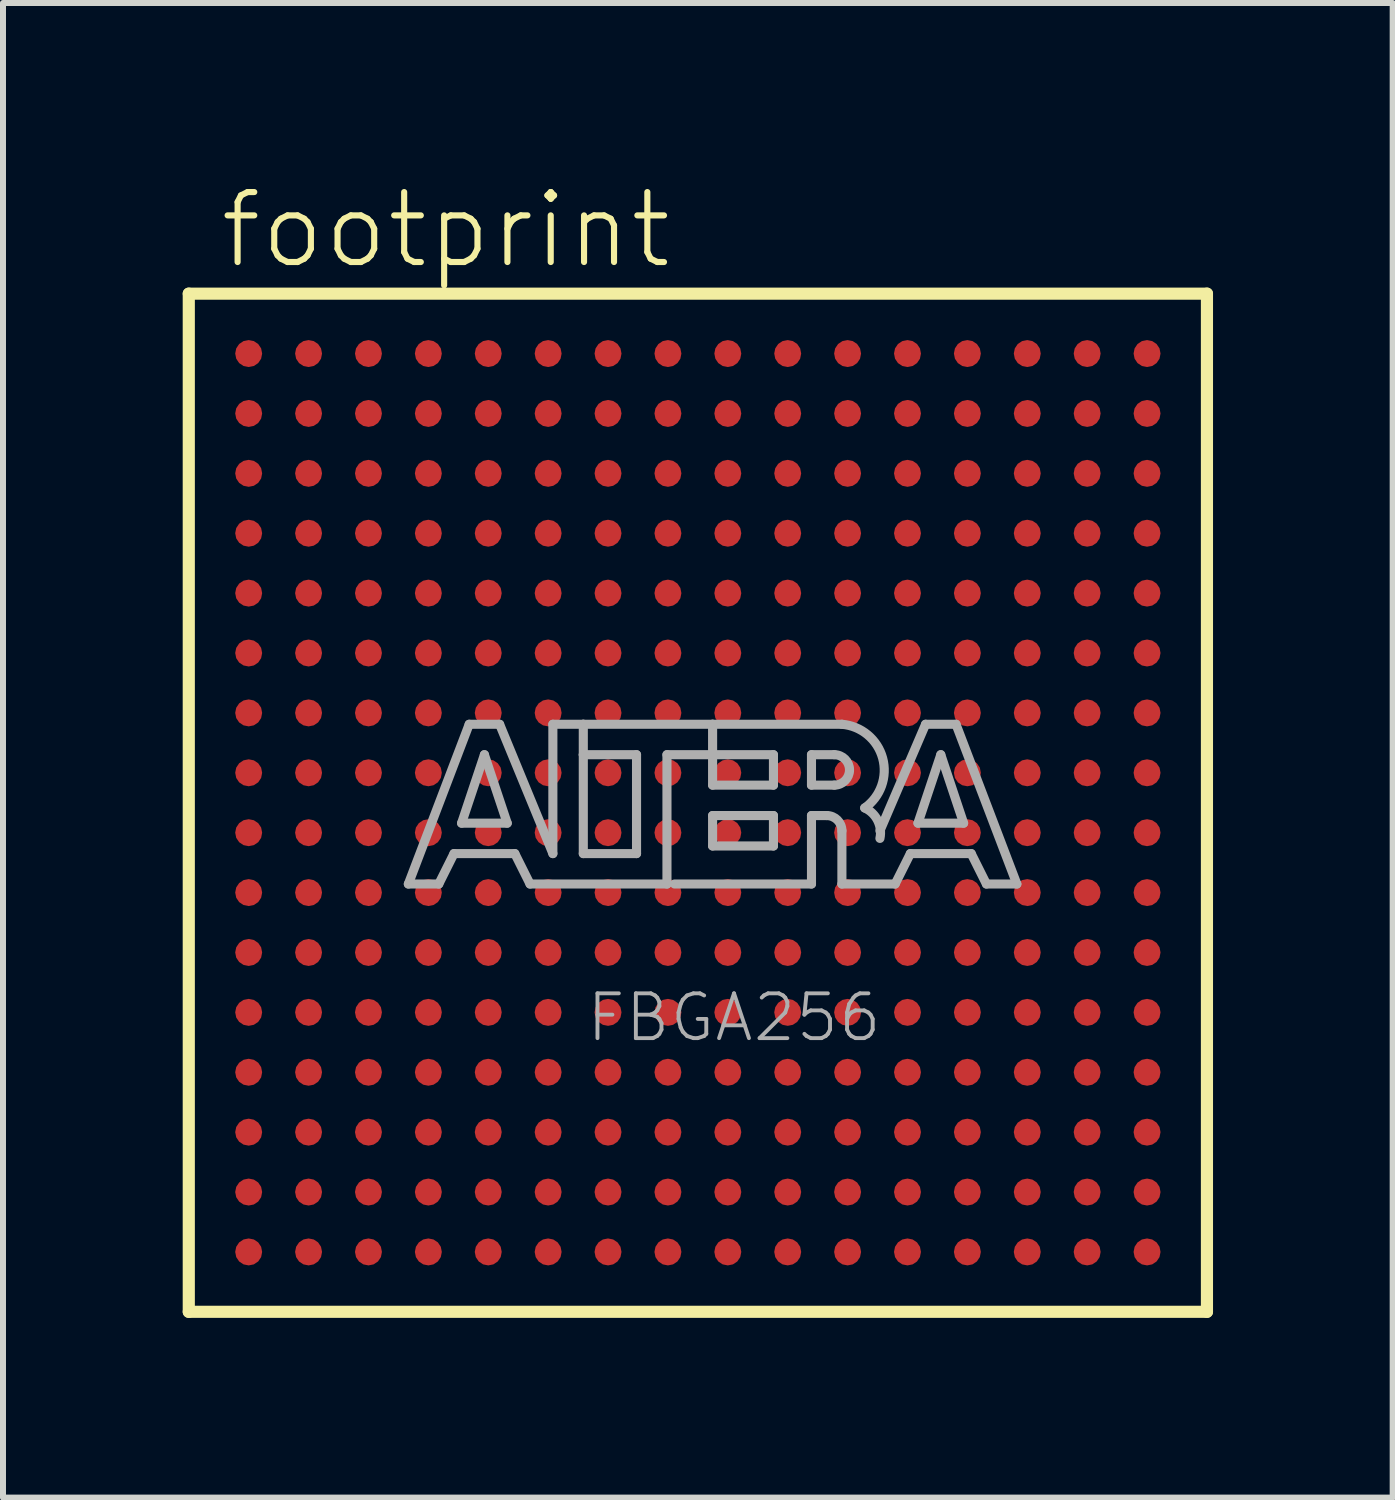
<source format=kicad_pcb>
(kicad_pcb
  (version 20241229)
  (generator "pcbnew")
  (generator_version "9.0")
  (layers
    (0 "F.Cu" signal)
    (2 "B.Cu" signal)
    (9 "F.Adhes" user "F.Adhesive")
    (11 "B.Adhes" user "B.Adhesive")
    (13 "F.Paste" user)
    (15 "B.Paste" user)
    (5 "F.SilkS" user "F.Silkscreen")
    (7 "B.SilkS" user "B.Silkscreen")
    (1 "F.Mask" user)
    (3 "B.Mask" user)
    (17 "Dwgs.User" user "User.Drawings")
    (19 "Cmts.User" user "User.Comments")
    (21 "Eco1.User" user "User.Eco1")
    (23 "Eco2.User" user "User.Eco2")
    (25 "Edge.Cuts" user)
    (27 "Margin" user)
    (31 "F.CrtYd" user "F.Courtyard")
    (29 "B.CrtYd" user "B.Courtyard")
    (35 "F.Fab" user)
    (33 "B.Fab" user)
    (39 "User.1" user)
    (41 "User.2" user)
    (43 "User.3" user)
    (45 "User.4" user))
  (footprint "footprint"
    (layer "F.Cu")
    (at 8.602 10.353)
    (property "Reference" "footprint" (at -8.03 -8.88 0) (layer "F.SilkS") (effects (font (size 1.168 1.168) (thickness 0.102)) (justify left bottom)))
    (fp_line (start -8.5 -8.5) (end -8.5 8.5) (stroke (width 0.203) (type solid)) (layer "F.SilkS"))
    (fp_line (start -8.5 8.5) (end 8.5 8.5) (stroke (width 0.203) (type solid)) (layer "F.SilkS"))
    (fp_line (start 8.5 -8.5) (end -8.5 -8.5) (stroke (width 0.203) (type solid)) (layer "F.SilkS"))
    (fp_line (start 8.5 8.5) (end 8.5 -8.5) (stroke (width 0.203) (type solid)) (layer "F.SilkS"))
    (fp_line (start -4.834 1.357) (end -3.818 -1.31) (stroke (width 0.152) (type solid)) (layer "F.Fab"))
    (fp_line (start -4.326 1.357) (end -4.834 1.357) (stroke (width 0.152) (type solid)) (layer "F.Fab"))
    (fp_line (start -4.072 0.849) (end -4.326 1.357) (stroke (width 0.152) (type solid)) (layer "F.Fab"))
    (fp_line (start -3.945 0.341) (end -3.183 0.341) (stroke (width 0.152) (type solid)) (layer "F.Fab"))
    (fp_line (start -3.818 -1.31) (end -3.31 -1.31) (stroke (width 0.152) (type solid)) (layer "F.Fab"))
    (fp_line (start -3.564 -0.802) (end -3.945 0.341) (stroke (width 0.152) (type solid)) (layer "F.Fab"))
    (fp_line (start -3.31 -1.31) (end -2.421 0.849) (stroke (width 0.152) (type solid)) (layer "F.Fab"))
    (fp_line (start -3.183 0.341) (end -3.564 -0.802) (stroke (width 0.152) (type solid)) (layer "F.Fab"))
    (fp_line (start -3.056 0.849) (end -4.072 0.849) (stroke (width 0.152) (type solid)) (layer "F.Fab"))
    (fp_line (start -2.802 1.357) (end -3.056 0.849) (stroke (width 0.152) (type solid)) (layer "F.Fab"))
    (fp_line (start -2.421 -1.31) (end -1.913 -1.31) (stroke (width 0.152) (type solid)) (layer "F.Fab"))
    (fp_line (start -2.421 0.849) (end -2.421 -1.31) (stroke (width 0.152) (type solid)) (layer "F.Fab"))
    (fp_line (start -1.913 -1.31) (end -1.913 -0.802) (stroke (width 0.152) (type solid)) (layer "F.Fab"))
    (fp_line (start -1.913 -1.31) (end 0.246 -1.31) (stroke (width 0.152) (type solid)) (layer "F.Fab"))
    (fp_line (start -1.913 -0.802) (end -1.913 0.849) (stroke (width 0.152) (type solid)) (layer "F.Fab"))
    (fp_line (start -1.913 0.849) (end -1.024 0.849) (stroke (width 0.152) (type solid)) (layer "F.Fab"))
    (fp_line (start -1.024 -0.802) (end -1.913 -0.802) (stroke (width 0.152) (type solid)) (layer "F.Fab"))
    (fp_line (start -1.024 0.849) (end -1.024 -0.802) (stroke (width 0.152) (type solid)) (layer "F.Fab"))
    (fp_line (start -0.516 -0.802) (end -0.516 1.357) (stroke (width 0.152) (type solid)) (layer "F.Fab"))
    (fp_line (start -0.516 1.357) (end -2.802 1.357) (stroke (width 0.152) (type solid)) (layer "F.Fab"))
    (fp_line (start 0.246 -1.31) (end 0.246 -0.802) (stroke (width 0.152) (type solid)) (layer "F.Fab"))
    (fp_line (start 0.246 -1.31) (end 2.405 -1.31) (stroke (width 0.152) (type solid)) (layer "F.Fab"))
    (fp_line (start 0.246 -0.802) (end -0.516 -0.802) (stroke (width 0.152) (type solid)) (layer "F.Fab"))
    (fp_line (start 0.246 -0.802) (end 0.246 -0.294) (stroke (width 0.152) (type solid)) (layer "F.Fab"))
    (fp_line (start 0.246 -0.294) (end 1.262 -0.294) (stroke (width 0.152) (type solid)) (layer "F.Fab"))
    (fp_line (start 0.246 0.214) (end 1.262 0.214) (stroke (width 0.152) (type solid)) (layer "F.Fab"))
    (fp_line (start 0.246 0.722) (end 0.246 0.214) (stroke (width 0.152) (type solid)) (layer "F.Fab"))
    (fp_line (start 1.262 -0.802) (end 0.246 -0.802) (stroke (width 0.152) (type solid)) (layer "F.Fab"))
    (fp_line (start 1.262 -0.294) (end 1.262 -0.802) (stroke (width 0.152) (type solid)) (layer "F.Fab"))
    (fp_line (start 1.262 0.214) (end 1.262 0.722) (stroke (width 0.152) (type solid)) (layer "F.Fab"))
    (fp_line (start 1.262 0.722) (end 0.246 0.722) (stroke (width 0.152) (type solid)) (layer "F.Fab"))
    (fp_line (start 1.897 -0.802) (end 1.897 -0.294) (stroke (width 0.152) (type solid)) (layer "F.Fab"))
    (fp_line (start 1.897 -0.294) (end 2.278 -0.294) (stroke (width 0.152) (type solid)) (layer "F.Fab"))
    (fp_line (start 1.897 0.214) (end 1.897 1.357) (stroke (width 0.152) (type solid)) (layer "F.Fab"))
    (fp_line (start 1.897 0.214) (end 2.151 0.214) (stroke (width 0.152) (type solid)) (layer "F.Fab"))
    (fp_line (start 1.897 1.357) (end -0.389 1.357) (stroke (width 0.152) (type solid)) (layer "F.Fab"))
    (fp_line (start 2.278 -0.802) (end 1.897 -0.802) (stroke (width 0.152) (type solid)) (layer "F.Fab"))
    (fp_line (start 2.405 0.468) (end 2.405 1.357) (stroke (width 0.152) (type solid)) (layer "F.Fab"))
    (fp_line (start 2.405 1.357) (end 3.294 1.357) (stroke (width 0.152) (type solid)) (layer "F.Fab"))
    (fp_line (start 3.294 1.357) (end 3.548 0.849) (stroke (width 0.152) (type solid)) (layer "F.Fab"))
    (fp_line (start 3.548 0.849) (end 4.564 0.849) (stroke (width 0.152) (type solid)) (layer "F.Fab"))
    (fp_line (start 3.675 0.341) (end 4.056 -0.802) (stroke (width 0.152) (type solid)) (layer "F.Fab"))
    (fp_line (start 3.802 -1.31) (end 3.04 0.468) (stroke (width 0.152) (type solid)) (layer "F.Fab"))
    (fp_line (start 4.056 -0.802) (end 4.437 0.341) (stroke (width 0.152) (type solid)) (layer "F.Fab"))
    (fp_line (start 4.31 -1.31) (end 3.802 -1.31) (stroke (width 0.152) (type solid)) (layer "F.Fab"))
    (fp_line (start 4.437 0.341) (end 3.675 0.341) (stroke (width 0.152) (type solid)) (layer "F.Fab"))
    (fp_line (start 4.564 0.849) (end 4.818 1.357) (stroke (width 0.152) (type solid)) (layer "F.Fab"))
    (fp_line (start 4.818 1.357) (end 5.326 1.357) (stroke (width 0.152) (type solid)) (layer "F.Fab"))
    (fp_line (start 5.326 1.357) (end 4.31 -1.31) (stroke (width 0.152) (type solid)) (layer "F.Fab"))
    (fp_arc (start 2.151 0.214) (mid 2.330605 0.288395) (end 2.405 0.468) (stroke (width 0.1524) (type solid)) (layer "F.Fab"))
    (fp_arc (start 2.278 -0.802) (mid 2.532 -0.548) (end 2.278 -0.294) (stroke (width 0.1524) (type solid)) (layer "F.Fab"))
    (fp_arc (start 2.405 -1.31) (mid 3.084953 -0.744769) (end 2.786098 0.087401) (stroke (width 0.1524) (type solid)) (layer "F.Fab"))
    (fp_arc (start 2.7861 0.0871) (mid 3.002081 0.296587) (end 3.039799 0.5951) (stroke (width 0.1524) (type solid)) (layer "F.Fab"))
    (fp_text user "FBGA256" (at -1.897 4.025 0) (layer "F.Fab") (effects (font (size 0.748 0.748) (thickness 0.065)) (justify left bottom)))
    (pad "A1" smd roundrect (at -7.5 -7.5) (size 0.45 0.45) (layers "F.Cu" "F.Mask" "F.Paste") (roundrect_rratio 0.5))
    (pad "A2" smd roundrect (at -6.5 -7.5) (size 0.45 0.45) (layers "F.Cu" "F.Mask" "F.Paste") (roundrect_rratio 0.5))
    (pad "A3" smd roundrect (at -5.5 -7.5) (size 0.45 0.45) (layers "F.Cu" "F.Mask" "F.Paste") (roundrect_rratio 0.5))
    (pad "A4" smd roundrect (at -4.5 -7.5) (size 0.45 0.45) (layers "F.Cu" "F.Mask" "F.Paste") (roundrect_rratio 0.5))
    (pad "A5" smd roundrect (at -3.5 -7.5) (size 0.45 0.45) (layers "F.Cu" "F.Mask" "F.Paste") (roundrect_rratio 0.5))
    (pad "A6" smd roundrect (at -2.5 -7.5) (size 0.45 0.45) (layers "F.Cu" "F.Mask" "F.Paste") (roundrect_rratio 0.5))
    (pad "A7" smd roundrect (at -1.5 -7.5) (size 0.45 0.45) (layers "F.Cu" "F.Mask" "F.Paste") (roundrect_rratio 0.5))
    (pad "A8" smd roundrect (at -0.5 -7.5) (size 0.45 0.45) (layers "F.Cu" "F.Mask" "F.Paste") (roundrect_rratio 0.5))
    (pad "A9" smd roundrect (at 0.5 -7.5) (size 0.45 0.45) (layers "F.Cu" "F.Mask" "F.Paste") (roundrect_rratio 0.5))
    (pad "A10" smd roundrect (at 1.5 -7.5) (size 0.45 0.45) (layers "F.Cu" "F.Mask" "F.Paste") (roundrect_rratio 0.5))
    (pad "A11" smd roundrect (at 2.5 -7.5) (size 0.45 0.45) (layers "F.Cu" "F.Mask" "F.Paste") (roundrect_rratio 0.5))
    (pad "A12" smd roundrect (at 3.5 -7.5) (size 0.45 0.45) (layers "F.Cu" "F.Mask" "F.Paste") (roundrect_rratio 0.5))
    (pad "A13" smd roundrect (at 4.5 -7.5) (size 0.45 0.45) (layers "F.Cu" "F.Mask" "F.Paste") (roundrect_rratio 0.5))
    (pad "A14" smd roundrect (at 5.5 -7.5) (size 0.45 0.45) (layers "F.Cu" "F.Mask" "F.Paste") (roundrect_rratio 0.5))
    (pad "A15" smd roundrect (at 6.5 -7.5) (size 0.45 0.45) (layers "F.Cu" "F.Mask" "F.Paste") (roundrect_rratio 0.5))
    (pad "A16" smd roundrect (at 7.5 -7.5) (size 0.45 0.45) (layers "F.Cu" "F.Mask" "F.Paste") (roundrect_rratio 0.5))
    (pad "B1" smd roundrect (at -7.5 -6.5) (size 0.45 0.45) (layers "F.Cu" "F.Mask" "F.Paste") (roundrect_rratio 0.5))
    (pad "B2" smd roundrect (at -6.5 -6.5) (size 0.45 0.45) (layers "F.Cu" "F.Mask" "F.Paste") (roundrect_rratio 0.5))
    (pad "B3" smd roundrect (at -5.5 -6.5) (size 0.45 0.45) (layers "F.Cu" "F.Mask" "F.Paste") (roundrect_rratio 0.5))
    (pad "B4" smd roundrect (at -4.5 -6.5) (size 0.45 0.45) (layers "F.Cu" "F.Mask" "F.Paste") (roundrect_rratio 0.5))
    (pad "B5" smd roundrect (at -3.5 -6.5) (size 0.45 0.45) (layers "F.Cu" "F.Mask" "F.Paste") (roundrect_rratio 0.5))
    (pad "B6" smd roundrect (at -2.5 -6.5) (size 0.45 0.45) (layers "F.Cu" "F.Mask" "F.Paste") (roundrect_rratio 0.5))
    (pad "B7" smd roundrect (at -1.5 -6.5) (size 0.45 0.45) (layers "F.Cu" "F.Mask" "F.Paste") (roundrect_rratio 0.5))
    (pad "B8" smd roundrect (at -0.5 -6.5) (size 0.45 0.45) (layers "F.Cu" "F.Mask" "F.Paste") (roundrect_rratio 0.5))
    (pad "B9" smd roundrect (at 0.5 -6.5) (size 0.45 0.45) (layers "F.Cu" "F.Mask" "F.Paste") (roundrect_rratio 0.5))
    (pad "B10" smd roundrect (at 1.5 -6.5) (size 0.45 0.45) (layers "F.Cu" "F.Mask" "F.Paste") (roundrect_rratio 0.5))
    (pad "B11" smd roundrect (at 2.5 -6.5) (size 0.45 0.45) (layers "F.Cu" "F.Mask" "F.Paste") (roundrect_rratio 0.5))
    (pad "B12" smd roundrect (at 3.5 -6.5) (size 0.45 0.45) (layers "F.Cu" "F.Mask" "F.Paste") (roundrect_rratio 0.5))
    (pad "B13" smd roundrect (at 4.5 -6.5) (size 0.45 0.45) (layers "F.Cu" "F.Mask" "F.Paste") (roundrect_rratio 0.5))
    (pad "B14" smd roundrect (at 5.5 -6.5) (size 0.45 0.45) (layers "F.Cu" "F.Mask" "F.Paste") (roundrect_rratio 0.5))
    (pad "B15" smd roundrect (at 6.5 -6.5) (size 0.45 0.45) (layers "F.Cu" "F.Mask" "F.Paste") (roundrect_rratio 0.5))
    (pad "B16" smd roundrect (at 7.5 -6.5) (size 0.45 0.45) (layers "F.Cu" "F.Mask" "F.Paste") (roundrect_rratio 0.5))
    (pad "C1" smd roundrect (at -7.5 -5.5) (size 0.45 0.45) (layers "F.Cu" "F.Mask" "F.Paste") (roundrect_rratio 0.5))
    (pad "C2" smd roundrect (at -6.5 -5.5) (size 0.45 0.45) (layers "F.Cu" "F.Mask" "F.Paste") (roundrect_rratio 0.5))
    (pad "C3" smd roundrect (at -5.5 -5.5) (size 0.45 0.45) (layers "F.Cu" "F.Mask" "F.Paste") (roundrect_rratio 0.5))
    (pad "C4" smd roundrect (at -4.5 -5.5) (size 0.45 0.45) (layers "F.Cu" "F.Mask" "F.Paste") (roundrect_rratio 0.5))
    (pad "C5" smd roundrect (at -3.5 -5.5) (size 0.45 0.45) (layers "F.Cu" "F.Mask" "F.Paste") (roundrect_rratio 0.5))
    (pad "C6" smd roundrect (at -2.5 -5.5) (size 0.45 0.45) (layers "F.Cu" "F.Mask" "F.Paste") (roundrect_rratio 0.5))
    (pad "C7" smd roundrect (at -1.5 -5.5) (size 0.45 0.45) (layers "F.Cu" "F.Mask" "F.Paste") (roundrect_rratio 0.5))
    (pad "C8" smd roundrect (at -0.5 -5.5) (size 0.45 0.45) (layers "F.Cu" "F.Mask" "F.Paste") (roundrect_rratio 0.5))
    (pad "C9" smd roundrect (at 0.5 -5.5) (size 0.45 0.45) (layers "F.Cu" "F.Mask" "F.Paste") (roundrect_rratio 0.5))
    (pad "C10" smd roundrect (at 1.5 -5.5) (size 0.45 0.45) (layers "F.Cu" "F.Mask" "F.Paste") (roundrect_rratio 0.5))
    (pad "C11" smd roundrect (at 2.5 -5.5) (size 0.45 0.45) (layers "F.Cu" "F.Mask" "F.Paste") (roundrect_rratio 0.5))
    (pad "C12" smd roundrect (at 3.5 -5.5) (size 0.45 0.45) (layers "F.Cu" "F.Mask" "F.Paste") (roundrect_rratio 0.5))
    (pad "C13" smd roundrect (at 4.5 -5.5) (size 0.45 0.45) (layers "F.Cu" "F.Mask" "F.Paste") (roundrect_rratio 0.5))
    (pad "C14" smd roundrect (at 5.5 -5.5) (size 0.45 0.45) (layers "F.Cu" "F.Mask" "F.Paste") (roundrect_rratio 0.5))
    (pad "C15" smd roundrect (at 6.5 -5.5) (size 0.45 0.45) (layers "F.Cu" "F.Mask" "F.Paste") (roundrect_rratio 0.5))
    (pad "C16" smd roundrect (at 7.5 -5.5) (size 0.45 0.45) (layers "F.Cu" "F.Mask" "F.Paste") (roundrect_rratio 0.5))
    (pad "D1" smd roundrect (at -7.5 -4.5) (size 0.45 0.45) (layers "F.Cu" "F.Mask" "F.Paste") (roundrect_rratio 0.5))
    (pad "D2" smd roundrect (at -6.5 -4.5) (size 0.45 0.45) (layers "F.Cu" "F.Mask" "F.Paste") (roundrect_rratio 0.5))
    (pad "D3" smd roundrect (at -5.5 -4.5) (size 0.45 0.45) (layers "F.Cu" "F.Mask" "F.Paste") (roundrect_rratio 0.5))
    (pad "D4" smd roundrect (at -4.5 -4.5) (size 0.45 0.45) (layers "F.Cu" "F.Mask" "F.Paste") (roundrect_rratio 0.5))
    (pad "D5" smd roundrect (at -3.5 -4.5) (size 0.45 0.45) (layers "F.Cu" "F.Mask" "F.Paste") (roundrect_rratio 0.5))
    (pad "D6" smd roundrect (at -2.5 -4.5) (size 0.45 0.45) (layers "F.Cu" "F.Mask" "F.Paste") (roundrect_rratio 0.5))
    (pad "D7" smd roundrect (at -1.5 -4.5) (size 0.45 0.45) (layers "F.Cu" "F.Mask" "F.Paste") (roundrect_rratio 0.5))
    (pad "D8" smd roundrect (at -0.5 -4.5) (size 0.45 0.45) (layers "F.Cu" "F.Mask" "F.Paste") (roundrect_rratio 0.5))
    (pad "D9" smd roundrect (at 0.5 -4.5) (size 0.45 0.45) (layers "F.Cu" "F.Mask" "F.Paste") (roundrect_rratio 0.5))
    (pad "D10" smd roundrect (at 1.5 -4.5) (size 0.45 0.45) (layers "F.Cu" "F.Mask" "F.Paste") (roundrect_rratio 0.5))
    (pad "D11" smd roundrect (at 2.5 -4.5) (size 0.45 0.45) (layers "F.Cu" "F.Mask" "F.Paste") (roundrect_rratio 0.5))
    (pad "D12" smd roundrect (at 3.5 -4.5) (size 0.45 0.45) (layers "F.Cu" "F.Mask" "F.Paste") (roundrect_rratio 0.5))
    (pad "D13" smd roundrect (at 4.5 -4.5) (size 0.45 0.45) (layers "F.Cu" "F.Mask" "F.Paste") (roundrect_rratio 0.5))
    (pad "D14" smd roundrect (at 5.5 -4.5) (size 0.45 0.45) (layers "F.Cu" "F.Mask" "F.Paste") (roundrect_rratio 0.5))
    (pad "D15" smd roundrect (at 6.5 -4.5) (size 0.45 0.45) (layers "F.Cu" "F.Mask" "F.Paste") (roundrect_rratio 0.5))
    (pad "D16" smd roundrect (at 7.5 -4.5) (size 0.45 0.45) (layers "F.Cu" "F.Mask" "F.Paste") (roundrect_rratio 0.5))
    (pad "E1" smd roundrect (at -7.5 -3.5) (size 0.45 0.45) (layers "F.Cu" "F.Mask" "F.Paste") (roundrect_rratio 0.5))
    (pad "E2" smd roundrect (at -6.5 -3.5) (size 0.45 0.45) (layers "F.Cu" "F.Mask" "F.Paste") (roundrect_rratio 0.5))
    (pad "E3" smd roundrect (at -5.5 -3.5) (size 0.45 0.45) (layers "F.Cu" "F.Mask" "F.Paste") (roundrect_rratio 0.5))
    (pad "E4" smd roundrect (at -4.5 -3.5) (size 0.45 0.45) (layers "F.Cu" "F.Mask" "F.Paste") (roundrect_rratio 0.5))
    (pad "E5" smd roundrect (at -3.5 -3.5) (size 0.45 0.45) (layers "F.Cu" "F.Mask" "F.Paste") (roundrect_rratio 0.5))
    (pad "E6" smd roundrect (at -2.5 -3.5) (size 0.45 0.45) (layers "F.Cu" "F.Mask" "F.Paste") (roundrect_rratio 0.5))
    (pad "E7" smd roundrect (at -1.5 -3.5) (size 0.45 0.45) (layers "F.Cu" "F.Mask" "F.Paste") (roundrect_rratio 0.5))
    (pad "E8" smd roundrect (at -0.5 -3.5) (size 0.45 0.45) (layers "F.Cu" "F.Mask" "F.Paste") (roundrect_rratio 0.5))
    (pad "E9" smd roundrect (at 0.5 -3.5) (size 0.45 0.45) (layers "F.Cu" "F.Mask" "F.Paste") (roundrect_rratio 0.5))
    (pad "E10" smd roundrect (at 1.5 -3.5) (size 0.45 0.45) (layers "F.Cu" "F.Mask" "F.Paste") (roundrect_rratio 0.5))
    (pad "E11" smd roundrect (at 2.5 -3.5) (size 0.45 0.45) (layers "F.Cu" "F.Mask" "F.Paste") (roundrect_rratio 0.5))
    (pad "E12" smd roundrect (at 3.5 -3.5) (size 0.45 0.45) (layers "F.Cu" "F.Mask" "F.Paste") (roundrect_rratio 0.5))
    (pad "E13" smd roundrect (at 4.5 -3.5) (size 0.45 0.45) (layers "F.Cu" "F.Mask" "F.Paste") (roundrect_rratio 0.5))
    (pad "E14" smd roundrect (at 5.5 -3.5) (size 0.45 0.45) (layers "F.Cu" "F.Mask" "F.Paste") (roundrect_rratio 0.5))
    (pad "E15" smd roundrect (at 6.5 -3.5) (size 0.45 0.45) (layers "F.Cu" "F.Mask" "F.Paste") (roundrect_rratio 0.5))
    (pad "E16" smd roundrect (at 7.5 -3.5) (size 0.45 0.45) (layers "F.Cu" "F.Mask" "F.Paste") (roundrect_rratio 0.5))
    (pad "F1" smd roundrect (at -7.5 -2.5) (size 0.45 0.45) (layers "F.Cu" "F.Mask" "F.Paste") (roundrect_rratio 0.5))
    (pad "F2" smd roundrect (at -6.5 -2.5) (size 0.45 0.45) (layers "F.Cu" "F.Mask" "F.Paste") (roundrect_rratio 0.5))
    (pad "F3" smd roundrect (at -5.5 -2.5) (size 0.45 0.45) (layers "F.Cu" "F.Mask" "F.Paste") (roundrect_rratio 0.5))
    (pad "F4" smd roundrect (at -4.5 -2.5) (size 0.45 0.45) (layers "F.Cu" "F.Mask" "F.Paste") (roundrect_rratio 0.5))
    (pad "F5" smd roundrect (at -3.5 -2.5) (size 0.45 0.45) (layers "F.Cu" "F.Mask" "F.Paste") (roundrect_rratio 0.5))
    (pad "F6" smd roundrect (at -2.5 -2.5) (size 0.45 0.45) (layers "F.Cu" "F.Mask" "F.Paste") (roundrect_rratio 0.5))
    (pad "F7" smd roundrect (at -1.5 -2.5) (size 0.45 0.45) (layers "F.Cu" "F.Mask" "F.Paste") (roundrect_rratio 0.5))
    (pad "F8" smd roundrect (at -0.5 -2.5) (size 0.45 0.45) (layers "F.Cu" "F.Mask" "F.Paste") (roundrect_rratio 0.5))
    (pad "F9" smd roundrect (at 0.5 -2.5) (size 0.45 0.45) (layers "F.Cu" "F.Mask" "F.Paste") (roundrect_rratio 0.5))
    (pad "F10" smd roundrect (at 1.5 -2.5) (size 0.45 0.45) (layers "F.Cu" "F.Mask" "F.Paste") (roundrect_rratio 0.5))
    (pad "F11" smd roundrect (at 2.5 -2.5) (size 0.45 0.45) (layers "F.Cu" "F.Mask" "F.Paste") (roundrect_rratio 0.5))
    (pad "F12" smd roundrect (at 3.5 -2.5) (size 0.45 0.45) (layers "F.Cu" "F.Mask" "F.Paste") (roundrect_rratio 0.5))
    (pad "F13" smd roundrect (at 4.5 -2.5) (size 0.45 0.45) (layers "F.Cu" "F.Mask" "F.Paste") (roundrect_rratio 0.5))
    (pad "F14" smd roundrect (at 5.5 -2.5) (size 0.45 0.45) (layers "F.Cu" "F.Mask" "F.Paste") (roundrect_rratio 0.5))
    (pad "F15" smd roundrect (at 6.5 -2.5) (size 0.45 0.45) (layers "F.Cu" "F.Mask" "F.Paste") (roundrect_rratio 0.5))
    (pad "F16" smd roundrect (at 7.5 -2.5) (size 0.45 0.45) (layers "F.Cu" "F.Mask" "F.Paste") (roundrect_rratio 0.5))
    (pad "G1" smd roundrect (at -7.5 -1.5) (size 0.45 0.45) (layers "F.Cu" "F.Mask" "F.Paste") (roundrect_rratio 0.5))
    (pad "G2" smd roundrect (at -6.5 -1.5) (size 0.45 0.45) (layers "F.Cu" "F.Mask" "F.Paste") (roundrect_rratio 0.5))
    (pad "G3" smd roundrect (at -5.5 -1.5) (size 0.45 0.45) (layers "F.Cu" "F.Mask" "F.Paste") (roundrect_rratio 0.5))
    (pad "G4" smd roundrect (at -4.5 -1.5) (size 0.45 0.45) (layers "F.Cu" "F.Mask" "F.Paste") (roundrect_rratio 0.5))
    (pad "G5" smd roundrect (at -3.5 -1.5) (size 0.45 0.45) (layers "F.Cu" "F.Mask" "F.Paste") (roundrect_rratio 0.5))
    (pad "G6" smd roundrect (at -2.5 -1.5) (size 0.45 0.45) (layers "F.Cu" "F.Mask" "F.Paste") (roundrect_rratio 0.5))
    (pad "G7" smd roundrect (at -1.5 -1.5) (size 0.45 0.45) (layers "F.Cu" "F.Mask" "F.Paste") (roundrect_rratio 0.5))
    (pad "G8" smd roundrect (at -0.5 -1.5) (size 0.45 0.45) (layers "F.Cu" "F.Mask" "F.Paste") (roundrect_rratio 0.5))
    (pad "G9" smd roundrect (at 0.5 -1.5) (size 0.45 0.45) (layers "F.Cu" "F.Mask" "F.Paste") (roundrect_rratio 0.5))
    (pad "G10" smd roundrect (at 1.5 -1.5) (size 0.45 0.45) (layers "F.Cu" "F.Mask" "F.Paste") (roundrect_rratio 0.5))
    (pad "G11" smd roundrect (at 2.5 -1.5) (size 0.45 0.45) (layers "F.Cu" "F.Mask" "F.Paste") (roundrect_rratio 0.5))
    (pad "G12" smd roundrect (at 3.5 -1.5) (size 0.45 0.45) (layers "F.Cu" "F.Mask" "F.Paste") (roundrect_rratio 0.5))
    (pad "G13" smd roundrect (at 4.5 -1.5) (size 0.45 0.45) (layers "F.Cu" "F.Mask" "F.Paste") (roundrect_rratio 0.5))
    (pad "G14" smd roundrect (at 5.5 -1.5) (size 0.45 0.45) (layers "F.Cu" "F.Mask" "F.Paste") (roundrect_rratio 0.5))
    (pad "G15" smd roundrect (at 6.5 -1.5) (size 0.45 0.45) (layers "F.Cu" "F.Mask" "F.Paste") (roundrect_rratio 0.5))
    (pad "G16" smd roundrect (at 7.5 -1.5) (size 0.45 0.45) (layers "F.Cu" "F.Mask" "F.Paste") (roundrect_rratio 0.5))
    (pad "H1" smd roundrect (at -7.5 -0.5) (size 0.45 0.45) (layers "F.Cu" "F.Mask" "F.Paste") (roundrect_rratio 0.5))
    (pad "H2" smd roundrect (at -6.5 -0.5) (size 0.45 0.45) (layers "F.Cu" "F.Mask" "F.Paste") (roundrect_rratio 0.5))
    (pad "H3" smd roundrect (at -5.5 -0.5) (size 0.45 0.45) (layers "F.Cu" "F.Mask" "F.Paste") (roundrect_rratio 0.5))
    (pad "H4" smd roundrect (at -4.5 -0.5) (size 0.45 0.45) (layers "F.Cu" "F.Mask" "F.Paste") (roundrect_rratio 0.5))
    (pad "H5" smd roundrect (at -3.5 -0.5) (size 0.45 0.45) (layers "F.Cu" "F.Mask" "F.Paste") (roundrect_rratio 0.5))
    (pad "H6" smd roundrect (at -2.5 -0.5) (size 0.45 0.45) (layers "F.Cu" "F.Mask" "F.Paste") (roundrect_rratio 0.5))
    (pad "H7" smd roundrect (at -1.5 -0.5) (size 0.45 0.45) (layers "F.Cu" "F.Mask" "F.Paste") (roundrect_rratio 0.5))
    (pad "H8" smd roundrect (at -0.5 -0.5) (size 0.45 0.45) (layers "F.Cu" "F.Mask" "F.Paste") (roundrect_rratio 0.5))
    (pad "H9" smd roundrect (at 0.5 -0.5) (size 0.45 0.45) (layers "F.Cu" "F.Mask" "F.Paste") (roundrect_rratio 0.5))
    (pad "H10" smd roundrect (at 1.5 -0.5) (size 0.45 0.45) (layers "F.Cu" "F.Mask" "F.Paste") (roundrect_rratio 0.5))
    (pad "H11" smd roundrect (at 2.5 -0.5) (size 0.45 0.45) (layers "F.Cu" "F.Mask" "F.Paste") (roundrect_rratio 0.5))
    (pad "H12" smd roundrect (at 3.5 -0.5) (size 0.45 0.45) (layers "F.Cu" "F.Mask" "F.Paste") (roundrect_rratio 0.5))
    (pad "H13" smd roundrect (at 4.5 -0.5) (size 0.45 0.45) (layers "F.Cu" "F.Mask" "F.Paste") (roundrect_rratio 0.5))
    (pad "H14" smd roundrect (at 5.5 -0.5) (size 0.45 0.45) (layers "F.Cu" "F.Mask" "F.Paste") (roundrect_rratio 0.5))
    (pad "H15" smd roundrect (at 6.5 -0.5) (size 0.45 0.45) (layers "F.Cu" "F.Mask" "F.Paste") (roundrect_rratio 0.5))
    (pad "H16" smd roundrect (at 7.5 -0.5) (size 0.45 0.45) (layers "F.Cu" "F.Mask" "F.Paste") (roundrect_rratio 0.5))
    (pad "J1" smd roundrect (at -7.5 0.5) (size 0.45 0.45) (layers "F.Cu" "F.Mask" "F.Paste") (roundrect_rratio 0.5))
    (pad "J2" smd roundrect (at -6.5 0.5) (size 0.45 0.45) (layers "F.Cu" "F.Mask" "F.Paste") (roundrect_rratio 0.5))
    (pad "J3" smd roundrect (at -5.5 0.5) (size 0.45 0.45) (layers "F.Cu" "F.Mask" "F.Paste") (roundrect_rratio 0.5))
    (pad "J4" smd roundrect (at -4.5 0.5) (size 0.45 0.45) (layers "F.Cu" "F.Mask" "F.Paste") (roundrect_rratio 0.5))
    (pad "J5" smd roundrect (at -3.5 0.5) (size 0.45 0.45) (layers "F.Cu" "F.Mask" "F.Paste") (roundrect_rratio 0.5))
    (pad "J6" smd roundrect (at -2.5 0.5) (size 0.45 0.45) (layers "F.Cu" "F.Mask" "F.Paste") (roundrect_rratio 0.5))
    (pad "J7" smd roundrect (at -1.5 0.5) (size 0.45 0.45) (layers "F.Cu" "F.Mask" "F.Paste") (roundrect_rratio 0.5))
    (pad "J8" smd roundrect (at -0.5 0.5) (size 0.45 0.45) (layers "F.Cu" "F.Mask" "F.Paste") (roundrect_rratio 0.5))
    (pad "J9" smd roundrect (at 0.5 0.5) (size 0.45 0.45) (layers "F.Cu" "F.Mask" "F.Paste") (roundrect_rratio 0.5))
    (pad "J10" smd roundrect (at 1.5 0.5) (size 0.45 0.45) (layers "F.Cu" "F.Mask" "F.Paste") (roundrect_rratio 0.5))
    (pad "J11" smd roundrect (at 2.5 0.5) (size 0.45 0.45) (layers "F.Cu" "F.Mask" "F.Paste") (roundrect_rratio 0.5))
    (pad "J12" smd roundrect (at 3.5 0.5) (size 0.45 0.45) (layers "F.Cu" "F.Mask" "F.Paste") (roundrect_rratio 0.5))
    (pad "J13" smd roundrect (at 4.5 0.5) (size 0.45 0.45) (layers "F.Cu" "F.Mask" "F.Paste") (roundrect_rratio 0.5))
    (pad "J14" smd roundrect (at 5.5 0.5) (size 0.45 0.45) (layers "F.Cu" "F.Mask" "F.Paste") (roundrect_rratio 0.5))
    (pad "J15" smd roundrect (at 6.5 0.5) (size 0.45 0.45) (layers "F.Cu" "F.Mask" "F.Paste") (roundrect_rratio 0.5))
    (pad "J16" smd roundrect (at 7.5 0.5) (size 0.45 0.45) (layers "F.Cu" "F.Mask" "F.Paste") (roundrect_rratio 0.5))
    (pad "K1" smd roundrect (at -7.5 1.5) (size 0.45 0.45) (layers "F.Cu" "F.Mask" "F.Paste") (roundrect_rratio 0.5))
    (pad "K2" smd roundrect (at -6.5 1.5) (size 0.45 0.45) (layers "F.Cu" "F.Mask" "F.Paste") (roundrect_rratio 0.5))
    (pad "K3" smd roundrect (at -5.5 1.5) (size 0.45 0.45) (layers "F.Cu" "F.Mask" "F.Paste") (roundrect_rratio 0.5))
    (pad "K4" smd roundrect (at -4.5 1.5) (size 0.45 0.45) (layers "F.Cu" "F.Mask" "F.Paste") (roundrect_rratio 0.5))
    (pad "K5" smd roundrect (at -3.5 1.5) (size 0.45 0.45) (layers "F.Cu" "F.Mask" "F.Paste") (roundrect_rratio 0.5))
    (pad "K6" smd roundrect (at -2.5 1.5) (size 0.45 0.45) (layers "F.Cu" "F.Mask" "F.Paste") (roundrect_rratio 0.5))
    (pad "K7" smd roundrect (at -1.5 1.5) (size 0.45 0.45) (layers "F.Cu" "F.Mask" "F.Paste") (roundrect_rratio 0.5))
    (pad "K8" smd roundrect (at -0.5 1.5) (size 0.45 0.45) (layers "F.Cu" "F.Mask" "F.Paste") (roundrect_rratio 0.5))
    (pad "K9" smd roundrect (at 0.5 1.5) (size 0.45 0.45) (layers "F.Cu" "F.Mask" "F.Paste") (roundrect_rratio 0.5))
    (pad "K10" smd roundrect (at 1.5 1.5) (size 0.45 0.45) (layers "F.Cu" "F.Mask" "F.Paste") (roundrect_rratio 0.5))
    (pad "K11" smd roundrect (at 2.5 1.5) (size 0.45 0.45) (layers "F.Cu" "F.Mask" "F.Paste") (roundrect_rratio 0.5))
    (pad "K12" smd roundrect (at 3.5 1.5) (size 0.45 0.45) (layers "F.Cu" "F.Mask" "F.Paste") (roundrect_rratio 0.5))
    (pad "K13" smd roundrect (at 4.5 1.5) (size 0.45 0.45) (layers "F.Cu" "F.Mask" "F.Paste") (roundrect_rratio 0.5))
    (pad "K14" smd roundrect (at 5.5 1.5) (size 0.45 0.45) (layers "F.Cu" "F.Mask" "F.Paste") (roundrect_rratio 0.5))
    (pad "K15" smd roundrect (at 6.5 1.5) (size 0.45 0.45) (layers "F.Cu" "F.Mask" "F.Paste") (roundrect_rratio 0.5))
    (pad "K16" smd roundrect (at 7.5 1.5) (size 0.45 0.45) (layers "F.Cu" "F.Mask" "F.Paste") (roundrect_rratio 0.5))
    (pad "L1" smd roundrect (at -7.5 2.5) (size 0.45 0.45) (layers "F.Cu" "F.Mask" "F.Paste") (roundrect_rratio 0.5))
    (pad "L2" smd roundrect (at -6.5 2.5) (size 0.45 0.45) (layers "F.Cu" "F.Mask" "F.Paste") (roundrect_rratio 0.5))
    (pad "L3" smd roundrect (at -5.5 2.5) (size 0.45 0.45) (layers "F.Cu" "F.Mask" "F.Paste") (roundrect_rratio 0.5))
    (pad "L4" smd roundrect (at -4.5 2.5) (size 0.45 0.45) (layers "F.Cu" "F.Mask" "F.Paste") (roundrect_rratio 0.5))
    (pad "L5" smd roundrect (at -3.5 2.5) (size 0.45 0.45) (layers "F.Cu" "F.Mask" "F.Paste") (roundrect_rratio 0.5))
    (pad "L6" smd roundrect (at -2.5 2.5) (size 0.45 0.45) (layers "F.Cu" "F.Mask" "F.Paste") (roundrect_rratio 0.5))
    (pad "L7" smd roundrect (at -1.5 2.5) (size 0.45 0.45) (layers "F.Cu" "F.Mask" "F.Paste") (roundrect_rratio 0.5))
    (pad "L8" smd roundrect (at -0.5 2.5) (size 0.45 0.45) (layers "F.Cu" "F.Mask" "F.Paste") (roundrect_rratio 0.5))
    (pad "L9" smd roundrect (at 0.5 2.5) (size 0.45 0.45) (layers "F.Cu" "F.Mask" "F.Paste") (roundrect_rratio 0.5))
    (pad "L10" smd roundrect (at 1.5 2.5) (size 0.45 0.45) (layers "F.Cu" "F.Mask" "F.Paste") (roundrect_rratio 0.5))
    (pad "L11" smd roundrect (at 2.5 2.5) (size 0.45 0.45) (layers "F.Cu" "F.Mask" "F.Paste") (roundrect_rratio 0.5))
    (pad "L12" smd roundrect (at 3.5 2.5) (size 0.45 0.45) (layers "F.Cu" "F.Mask" "F.Paste") (roundrect_rratio 0.5))
    (pad "L13" smd roundrect (at 4.5 2.5) (size 0.45 0.45) (layers "F.Cu" "F.Mask" "F.Paste") (roundrect_rratio 0.5))
    (pad "L14" smd roundrect (at 5.5 2.5) (size 0.45 0.45) (layers "F.Cu" "F.Mask" "F.Paste") (roundrect_rratio 0.5))
    (pad "L15" smd roundrect (at 6.5 2.5) (size 0.45 0.45) (layers "F.Cu" "F.Mask" "F.Paste") (roundrect_rratio 0.5))
    (pad "L16" smd roundrect (at 7.5 2.5) (size 0.45 0.45) (layers "F.Cu" "F.Mask" "F.Paste") (roundrect_rratio 0.5))
    (pad "M1" smd roundrect (at -7.5 3.5) (size 0.45 0.45) (layers "F.Cu" "F.Mask" "F.Paste") (roundrect_rratio 0.5))
    (pad "M2" smd roundrect (at -6.5 3.5) (size 0.45 0.45) (layers "F.Cu" "F.Mask" "F.Paste") (roundrect_rratio 0.5))
    (pad "M3" smd roundrect (at -5.5 3.5) (size 0.45 0.45) (layers "F.Cu" "F.Mask" "F.Paste") (roundrect_rratio 0.5))
    (pad "M4" smd roundrect (at -4.5 3.5) (size 0.45 0.45) (layers "F.Cu" "F.Mask" "F.Paste") (roundrect_rratio 0.5))
    (pad "M5" smd roundrect (at -3.5 3.5) (size 0.45 0.45) (layers "F.Cu" "F.Mask" "F.Paste") (roundrect_rratio 0.5))
    (pad "M6" smd roundrect (at -2.5 3.5) (size 0.45 0.45) (layers "F.Cu" "F.Mask" "F.Paste") (roundrect_rratio 0.5))
    (pad "M7" smd roundrect (at -1.5 3.5) (size 0.45 0.45) (layers "F.Cu" "F.Mask" "F.Paste") (roundrect_rratio 0.5))
    (pad "M8" smd roundrect (at -0.5 3.5) (size 0.45 0.45) (layers "F.Cu" "F.Mask" "F.Paste") (roundrect_rratio 0.5))
    (pad "M9" smd roundrect (at 0.5 3.5) (size 0.45 0.45) (layers "F.Cu" "F.Mask" "F.Paste") (roundrect_rratio 0.5))
    (pad "M10" smd roundrect (at 1.5 3.5) (size 0.45 0.45) (layers "F.Cu" "F.Mask" "F.Paste") (roundrect_rratio 0.5))
    (pad "M11" smd roundrect (at 2.5 3.5) (size 0.45 0.45) (layers "F.Cu" "F.Mask" "F.Paste") (roundrect_rratio 0.5))
    (pad "M12" smd roundrect (at 3.5 3.5) (size 0.45 0.45) (layers "F.Cu" "F.Mask" "F.Paste") (roundrect_rratio 0.5))
    (pad "M13" smd roundrect (at 4.5 3.5) (size 0.45 0.45) (layers "F.Cu" "F.Mask" "F.Paste") (roundrect_rratio 0.5))
    (pad "M14" smd roundrect (at 5.5 3.5) (size 0.45 0.45) (layers "F.Cu" "F.Mask" "F.Paste") (roundrect_rratio 0.5))
    (pad "M15" smd roundrect (at 6.5 3.5) (size 0.45 0.45) (layers "F.Cu" "F.Mask" "F.Paste") (roundrect_rratio 0.5))
    (pad "M16" smd roundrect (at 7.5 3.5) (size 0.45 0.45) (layers "F.Cu" "F.Mask" "F.Paste") (roundrect_rratio 0.5))
    (pad "N1" smd roundrect (at -7.5 4.5) (size 0.45 0.45) (layers "F.Cu" "F.Mask" "F.Paste") (roundrect_rratio 0.5))
    (pad "N2" smd roundrect (at -6.5 4.5) (size 0.45 0.45) (layers "F.Cu" "F.Mask" "F.Paste") (roundrect_rratio 0.5))
    (pad "N3" smd roundrect (at -5.5 4.5) (size 0.45 0.45) (layers "F.Cu" "F.Mask" "F.Paste") (roundrect_rratio 0.5))
    (pad "N4" smd roundrect (at -4.5 4.5) (size 0.45 0.45) (layers "F.Cu" "F.Mask" "F.Paste") (roundrect_rratio 0.5))
    (pad "N5" smd roundrect (at -3.5 4.5) (size 0.45 0.45) (layers "F.Cu" "F.Mask" "F.Paste") (roundrect_rratio 0.5))
    (pad "N6" smd roundrect (at -2.5 4.5) (size 0.45 0.45) (layers "F.Cu" "F.Mask" "F.Paste") (roundrect_rratio 0.5))
    (pad "N7" smd roundrect (at -1.5 4.5) (size 0.45 0.45) (layers "F.Cu" "F.Mask" "F.Paste") (roundrect_rratio 0.5))
    (pad "N8" smd roundrect (at -0.5 4.5) (size 0.45 0.45) (layers "F.Cu" "F.Mask" "F.Paste") (roundrect_rratio 0.5))
    (pad "N9" smd roundrect (at 0.5 4.5) (size 0.45 0.45) (layers "F.Cu" "F.Mask" "F.Paste") (roundrect_rratio 0.5))
    (pad "N10" smd roundrect (at 1.5 4.5) (size 0.45 0.45) (layers "F.Cu" "F.Mask" "F.Paste") (roundrect_rratio 0.5))
    (pad "N11" smd roundrect (at 2.5 4.5) (size 0.45 0.45) (layers "F.Cu" "F.Mask" "F.Paste") (roundrect_rratio 0.5))
    (pad "N12" smd roundrect (at 3.5 4.5) (size 0.45 0.45) (layers "F.Cu" "F.Mask" "F.Paste") (roundrect_rratio 0.5))
    (pad "N13" smd roundrect (at 4.5 4.5) (size 0.45 0.45) (layers "F.Cu" "F.Mask" "F.Paste") (roundrect_rratio 0.5))
    (pad "N14" smd roundrect (at 5.5 4.5) (size 0.45 0.45) (layers "F.Cu" "F.Mask" "F.Paste") (roundrect_rratio 0.5))
    (pad "N15" smd roundrect (at 6.5 4.5) (size 0.45 0.45) (layers "F.Cu" "F.Mask" "F.Paste") (roundrect_rratio 0.5))
    (pad "N16" smd roundrect (at 7.5 4.5) (size 0.45 0.45) (layers "F.Cu" "F.Mask" "F.Paste") (roundrect_rratio 0.5))
    (pad "P1" smd roundrect (at -7.5 5.5) (size 0.45 0.45) (layers "F.Cu" "F.Mask" "F.Paste") (roundrect_rratio 0.5))
    (pad "P2" smd roundrect (at -6.5 5.5) (size 0.45 0.45) (layers "F.Cu" "F.Mask" "F.Paste") (roundrect_rratio 0.5))
    (pad "P3" smd roundrect (at -5.5 5.5) (size 0.45 0.45) (layers "F.Cu" "F.Mask" "F.Paste") (roundrect_rratio 0.5))
    (pad "P4" smd roundrect (at -4.5 5.5) (size 0.45 0.45) (layers "F.Cu" "F.Mask" "F.Paste") (roundrect_rratio 0.5))
    (pad "P5" smd roundrect (at -3.5 5.5) (size 0.45 0.45) (layers "F.Cu" "F.Mask" "F.Paste") (roundrect_rratio 0.5))
    (pad "P6" smd roundrect (at -2.5 5.5) (size 0.45 0.45) (layers "F.Cu" "F.Mask" "F.Paste") (roundrect_rratio 0.5))
    (pad "P7" smd roundrect (at -1.5 5.5) (size 0.45 0.45) (layers "F.Cu" "F.Mask" "F.Paste") (roundrect_rratio 0.5))
    (pad "P8" smd roundrect (at -0.5 5.5) (size 0.45 0.45) (layers "F.Cu" "F.Mask" "F.Paste") (roundrect_rratio 0.5))
    (pad "P9" smd roundrect (at 0.5 5.5) (size 0.45 0.45) (layers "F.Cu" "F.Mask" "F.Paste") (roundrect_rratio 0.5))
    (pad "P10" smd roundrect (at 1.5 5.5) (size 0.45 0.45) (layers "F.Cu" "F.Mask" "F.Paste") (roundrect_rratio 0.5))
    (pad "P11" smd roundrect (at 2.5 5.5) (size 0.45 0.45) (layers "F.Cu" "F.Mask" "F.Paste") (roundrect_rratio 0.5))
    (pad "P12" smd roundrect (at 3.5 5.5) (size 0.45 0.45) (layers "F.Cu" "F.Mask" "F.Paste") (roundrect_rratio 0.5))
    (pad "P13" smd roundrect (at 4.5 5.5) (size 0.45 0.45) (layers "F.Cu" "F.Mask" "F.Paste") (roundrect_rratio 0.5))
    (pad "P14" smd roundrect (at 5.5 5.5) (size 0.45 0.45) (layers "F.Cu" "F.Mask" "F.Paste") (roundrect_rratio 0.5))
    (pad "P15" smd roundrect (at 6.5 5.5) (size 0.45 0.45) (layers "F.Cu" "F.Mask" "F.Paste") (roundrect_rratio 0.5))
    (pad "P16" smd roundrect (at 7.5 5.5) (size 0.45 0.45) (layers "F.Cu" "F.Mask" "F.Paste") (roundrect_rratio 0.5))
    (pad "R1" smd roundrect (at -7.5 6.5) (size 0.45 0.45) (layers "F.Cu" "F.Mask" "F.Paste") (roundrect_rratio 0.5))
    (pad "R2" smd roundrect (at -6.5 6.5) (size 0.45 0.45) (layers "F.Cu" "F.Mask" "F.Paste") (roundrect_rratio 0.5))
    (pad "R3" smd roundrect (at -5.5 6.5) (size 0.45 0.45) (layers "F.Cu" "F.Mask" "F.Paste") (roundrect_rratio 0.5))
    (pad "R4" smd roundrect (at -4.5 6.5) (size 0.45 0.45) (layers "F.Cu" "F.Mask" "F.Paste") (roundrect_rratio 0.5))
    (pad "R5" smd roundrect (at -3.5 6.5) (size 0.45 0.45) (layers "F.Cu" "F.Mask" "F.Paste") (roundrect_rratio 0.5))
    (pad "R6" smd roundrect (at -2.5 6.5) (size 0.45 0.45) (layers "F.Cu" "F.Mask" "F.Paste") (roundrect_rratio 0.5))
    (pad "R7" smd roundrect (at -1.5 6.5) (size 0.45 0.45) (layers "F.Cu" "F.Mask" "F.Paste") (roundrect_rratio 0.5))
    (pad "R8" smd roundrect (at -0.5 6.5) (size 0.45 0.45) (layers "F.Cu" "F.Mask" "F.Paste") (roundrect_rratio 0.5))
    (pad "R9" smd roundrect (at 0.5 6.5) (size 0.45 0.45) (layers "F.Cu" "F.Mask" "F.Paste") (roundrect_rratio 0.5))
    (pad "R10" smd roundrect (at 1.5 6.5) (size 0.45 0.45) (layers "F.Cu" "F.Mask" "F.Paste") (roundrect_rratio 0.5))
    (pad "R11" smd roundrect (at 2.5 6.5) (size 0.45 0.45) (layers "F.Cu" "F.Mask" "F.Paste") (roundrect_rratio 0.5))
    (pad "R12" smd roundrect (at 3.5 6.5) (size 0.45 0.45) (layers "F.Cu" "F.Mask" "F.Paste") (roundrect_rratio 0.5))
    (pad "R13" smd roundrect (at 4.5 6.5) (size 0.45 0.45) (layers "F.Cu" "F.Mask" "F.Paste") (roundrect_rratio 0.5))
    (pad "R14" smd roundrect (at 5.5 6.5) (size 0.45 0.45) (layers "F.Cu" "F.Mask" "F.Paste") (roundrect_rratio 0.5))
    (pad "R15" smd roundrect (at 6.5 6.5) (size 0.45 0.45) (layers "F.Cu" "F.Mask" "F.Paste") (roundrect_rratio 0.5))
    (pad "R16" smd roundrect (at 7.5 6.5) (size 0.45 0.45) (layers "F.Cu" "F.Mask" "F.Paste") (roundrect_rratio 0.5))
    (pad "T1" smd roundrect (at -7.5 7.5) (size 0.45 0.45) (layers "F.Cu" "F.Mask" "F.Paste") (roundrect_rratio 0.5))
    (pad "T2" smd roundrect (at -6.5 7.5) (size 0.45 0.45) (layers "F.Cu" "F.Mask" "F.Paste") (roundrect_rratio 0.5))
    (pad "T3" smd roundrect (at -5.5 7.5) (size 0.45 0.45) (layers "F.Cu" "F.Mask" "F.Paste") (roundrect_rratio 0.5))
    (pad "T4" smd roundrect (at -4.5 7.5) (size 0.45 0.45) (layers "F.Cu" "F.Mask" "F.Paste") (roundrect_rratio 0.5))
    (pad "T5" smd roundrect (at -3.5 7.5) (size 0.45 0.45) (layers "F.Cu" "F.Mask" "F.Paste") (roundrect_rratio 0.5))
    (pad "T6" smd roundrect (at -2.5 7.5) (size 0.45 0.45) (layers "F.Cu" "F.Mask" "F.Paste") (roundrect_rratio 0.5))
    (pad "T7" smd roundrect (at -1.5 7.5) (size 0.45 0.45) (layers "F.Cu" "F.Mask" "F.Paste") (roundrect_rratio 0.5))
    (pad "T8" smd roundrect (at -0.5 7.5) (size 0.45 0.45) (layers "F.Cu" "F.Mask" "F.Paste") (roundrect_rratio 0.5))
    (pad "T9" smd roundrect (at 0.5 7.5) (size 0.45 0.45) (layers "F.Cu" "F.Mask" "F.Paste") (roundrect_rratio 0.5))
    (pad "T10" smd roundrect (at 1.5 7.5) (size 0.45 0.45) (layers "F.Cu" "F.Mask" "F.Paste") (roundrect_rratio 0.5))
    (pad "T11" smd roundrect (at 2.5 7.5) (size 0.45 0.45) (layers "F.Cu" "F.Mask" "F.Paste") (roundrect_rratio 0.5))
    (pad "T12" smd roundrect (at 3.5 7.5) (size 0.45 0.45) (layers "F.Cu" "F.Mask" "F.Paste") (roundrect_rratio 0.5))
    (pad "T13" smd roundrect (at 4.5 7.5) (size 0.45 0.45) (layers "F.Cu" "F.Mask" "F.Paste") (roundrect_rratio 0.5))
    (pad "T14" smd roundrect (at 5.5 7.5) (size 0.45 0.45) (layers "F.Cu" "F.Mask" "F.Paste") (roundrect_rratio 0.5))
    (pad "T15" smd roundrect (at 6.5 7.5) (size 0.45 0.45) (layers "F.Cu" "F.Mask" "F.Paste") (roundrect_rratio 0.5))
    (pad "T16" smd roundrect (at 7.5 7.5) (size 0.45 0.45) (layers "F.Cu" "F.Mask" "F.Paste") (roundrect_rratio 0.5)))
  (gr_rect
    (start -3 -3)
    (end 20.203 21.955)
    (stroke (width 0.1) (type default))
    (fill no)
    (layer "Edge.Cuts")))
</source>
